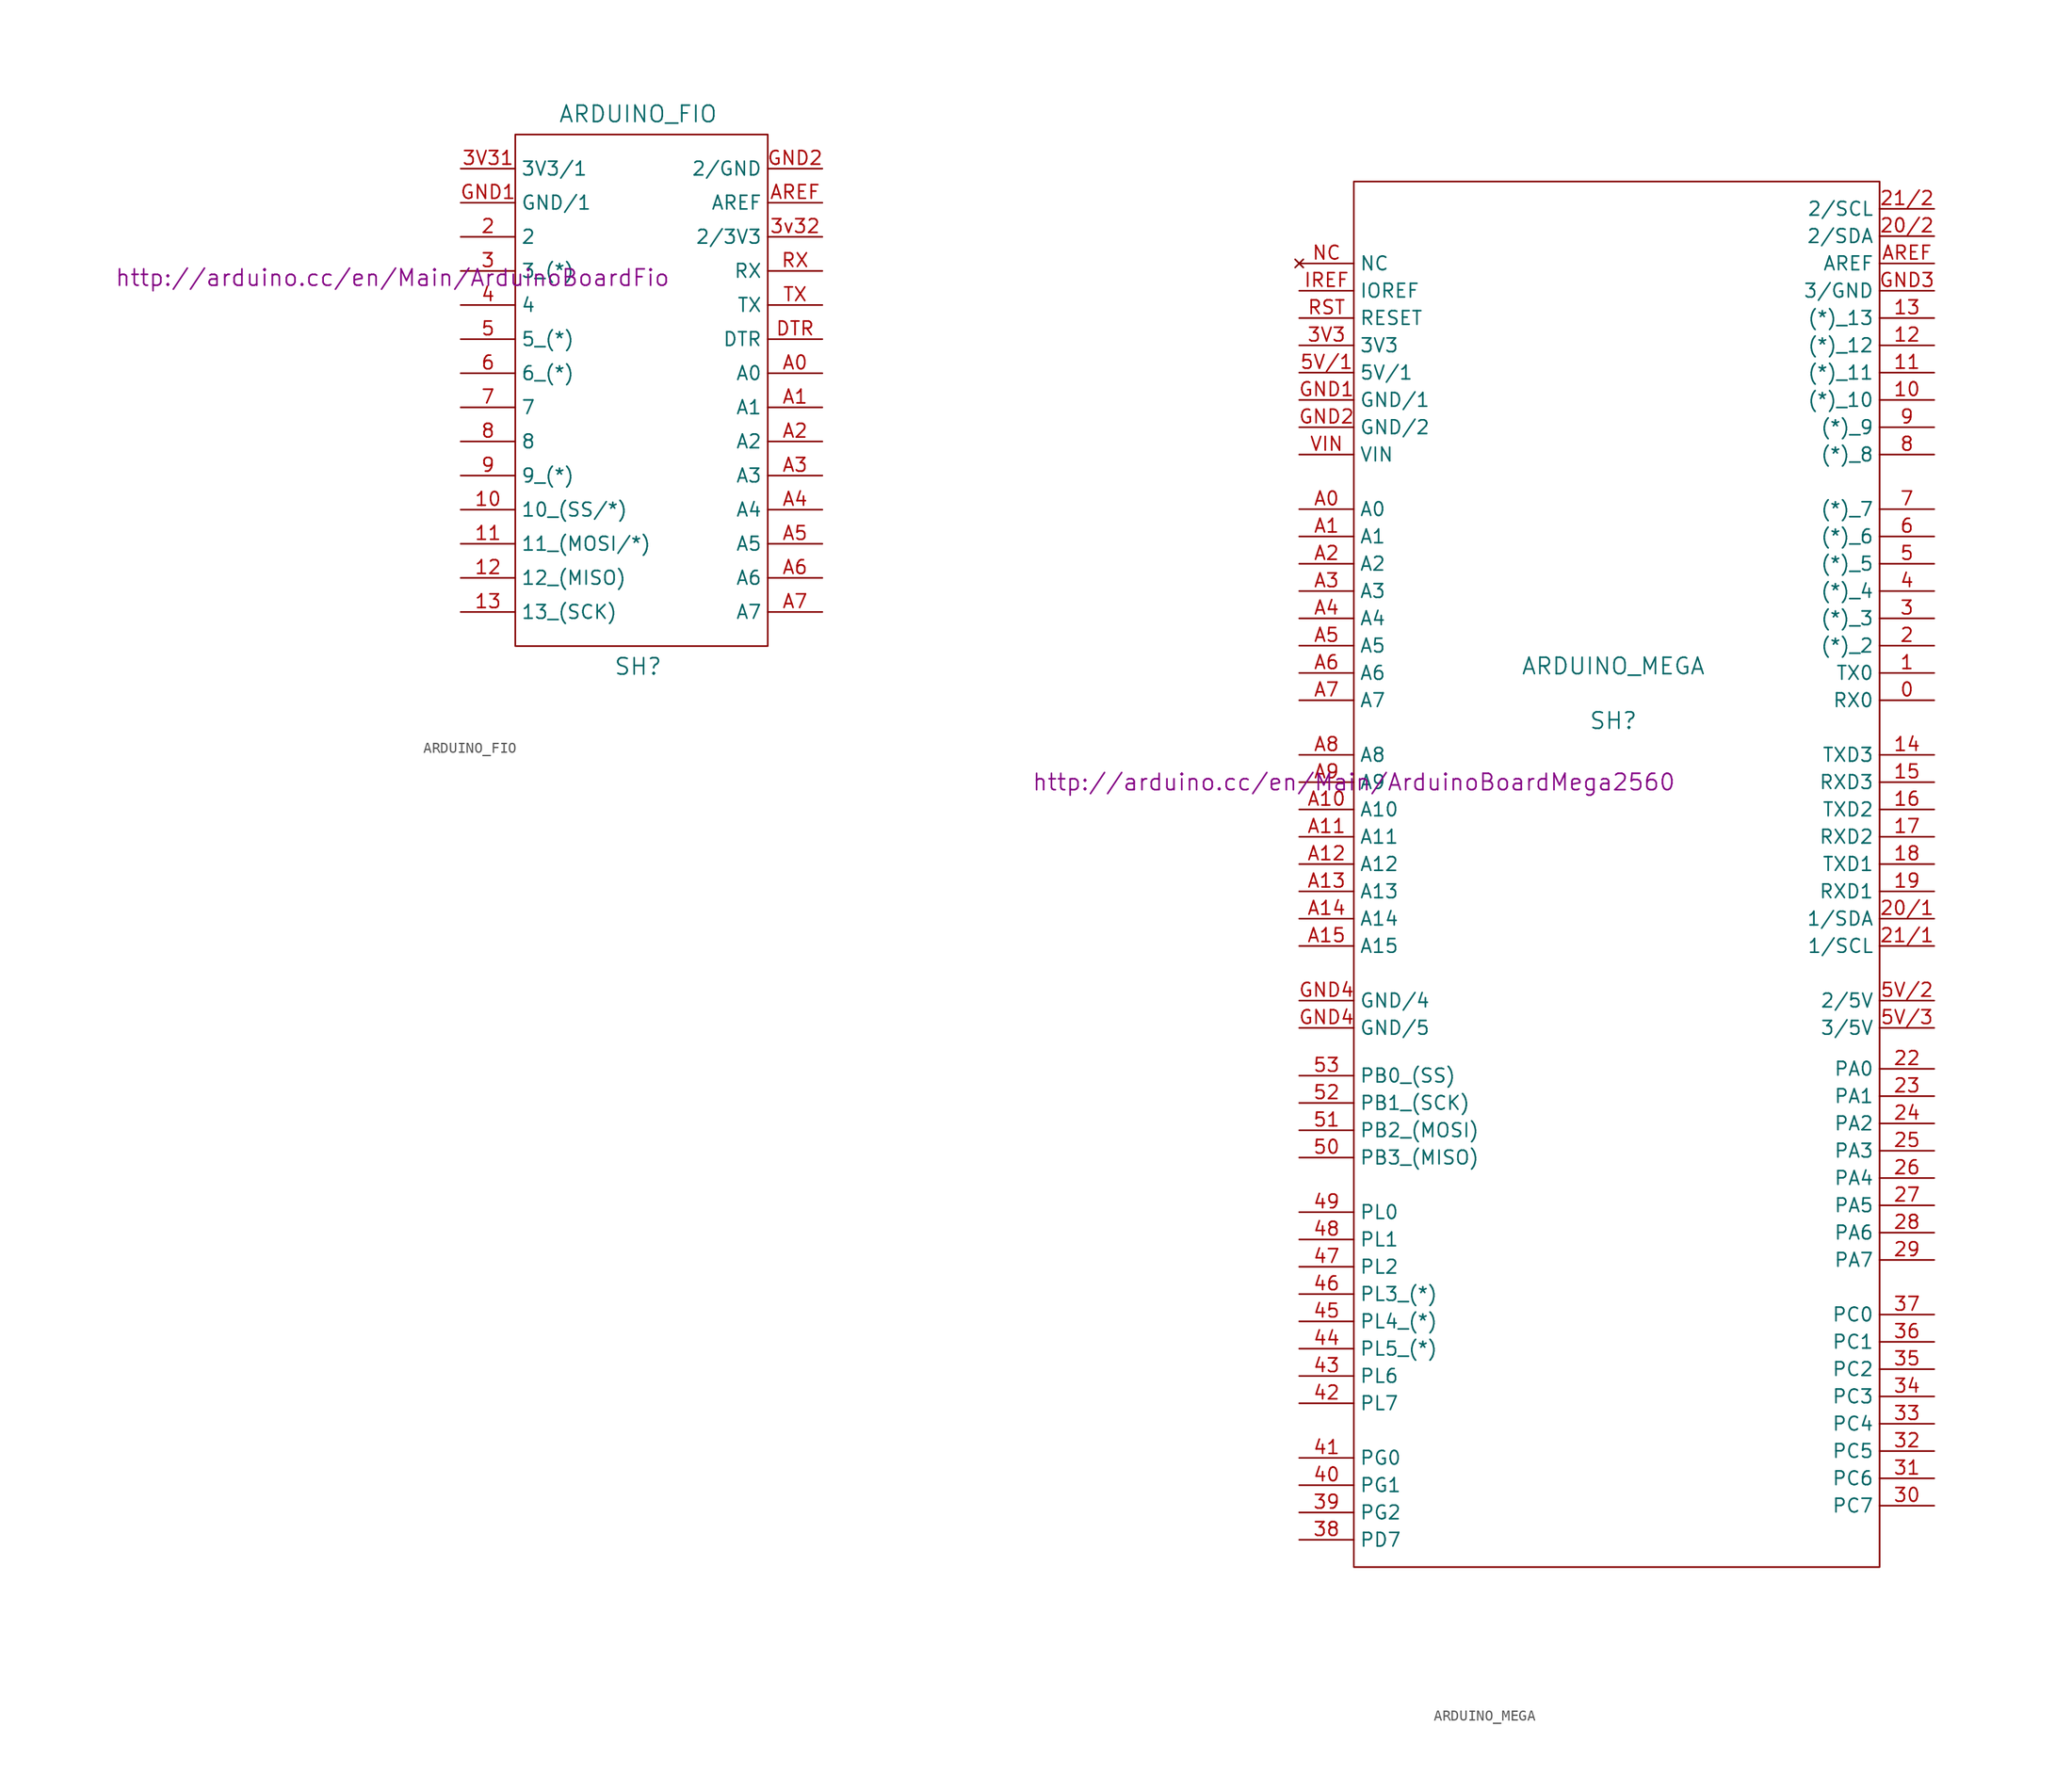
<source format=kicad_sym>
(kicad_symbol_lib
  (version 20201005)
  (generator kicad_symbol_editor)
  (symbol "Zimprich_neu:ARDUINO_FIO"
    (property "Reference" "SH"
      (at 0 -27.305 0)
      (effects (font (size 1.524 1.524))))
    (property "Value" "ARDUINO_FIO"
      (at 0 24.13 0)
      (effects (font (size 1.524 1.524))))
    (property "Footprint" ""
      (at -22.86 8.89 0)
      (effects (font (size 1.524 1.524))))
    (property "Datasheet" "http://arduino.cc/en/Main/ArduinoBoardFio"
      (at -22.86 8.89 0)
      (effects (font (size 1.524 1.524))))
    (symbol "ARDUINO_FIO_0_1"
      (rectangle (start 12.065 -25.4) (end -11.43 22.225) (stroke (width 0)) (fill (type none))))
    (symbol "ARDUINO_FIO_1_1"
      (pin input line (at -16.51 -12.7 0) (length 5.08) (name "10_(SS/*)" (effects (font (size 1.27 1.27)))) (number "10" (effects (font (size 1.27 1.27)))))
      (pin input line (at -16.51 -15.875 0) (length 5.08) (name "11_(MOSI/*)" (effects (font (size 1.27 1.27)))) (number "11" (effects (font (size 1.27 1.27)))))
      (pin input line (at -16.51 -19.05 0) (length 5.08) (name "12_(MISO)" (effects (font (size 1.27 1.27)))) (number "12" (effects (font (size 1.27 1.27)))))
      (pin input line (at -16.51 -22.225 0) (length 5.08) (name "13_(SCK)" (effects (font (size 1.27 1.27)))) (number "13" (effects (font (size 1.27 1.27)))))
      (pin input line (at -16.51 12.7 0) (length 5.08) (name "2" (effects (font (size 1.27 1.27)))) (number "2" (effects (font (size 1.27 1.27)))))
      (pin input line (at -16.51 9.525 0) (length 5.08) (name "3_(*)" (effects (font (size 1.27 1.27)))) (number "3" (effects (font (size 1.27 1.27)))))
      (pin input line (at -16.51 19.05 0) (length 5.08) (name "3V3/1" (effects (font (size 1.27 1.27)))) (number "3V31" (effects (font (size 1.27 1.27)))))
      (pin input line (at 17.145 12.7 180) (length 5.08) (name "2/3V3" (effects (font (size 1.27 1.27)))) (number "3v32" (effects (font (size 1.27 1.27)))))
      (pin input line (at -16.51 6.35 0) (length 5.08) (name "4" (effects (font (size 1.27 1.27)))) (number "4" (effects (font (size 1.27 1.27)))))
      (pin input line (at -16.51 3.175 0) (length 5.08) (name "5_(*)" (effects (font (size 1.27 1.27)))) (number "5" (effects (font (size 1.27 1.27)))))
      (pin input line (at -16.51 0 0) (length 5.08) (name "6_(*)" (effects (font (size 1.27 1.27)))) (number "6" (effects (font (size 1.27 1.27)))))
      (pin input line (at -16.51 -3.175 0) (length 5.08) (name "7" (effects (font (size 1.27 1.27)))) (number "7" (effects (font (size 1.27 1.27)))))
      (pin input line (at -16.51 -6.35 0) (length 5.08) (name "8" (effects (font (size 1.27 1.27)))) (number "8" (effects (font (size 1.27 1.27)))))
      (pin input line (at -16.51 -9.525 0) (length 5.08) (name "9_(*)" (effects (font (size 1.27 1.27)))) (number "9" (effects (font (size 1.27 1.27)))))
      (pin input line (at 17.145 0 180) (length 5.08) (name "A0" (effects (font (size 1.27 1.27)))) (number "A0" (effects (font (size 1.27 1.27)))))
      (pin input line (at 17.145 -3.175 180) (length 5.08) (name "A1" (effects (font (size 1.27 1.27)))) (number "A1" (effects (font (size 1.27 1.27)))))
      (pin input line (at 17.145 -6.35 180) (length 5.08) (name "A2" (effects (font (size 1.27 1.27)))) (number "A2" (effects (font (size 1.27 1.27)))))
      (pin input line (at 17.145 -9.525 180) (length 5.08) (name "A3" (effects (font (size 1.27 1.27)))) (number "A3" (effects (font (size 1.27 1.27)))))
      (pin input line (at 17.145 -12.7 180) (length 5.08) (name "A4" (effects (font (size 1.27 1.27)))) (number "A4" (effects (font (size 1.27 1.27)))))
      (pin input line (at 17.145 -15.875 180) (length 5.08) (name "A5" (effects (font (size 1.27 1.27)))) (number "A5" (effects (font (size 1.27 1.27)))))
      (pin input line (at 17.145 -19.05 180) (length 5.08) (name "A6" (effects (font (size 1.27 1.27)))) (number "A6" (effects (font (size 1.27 1.27)))))
      (pin input line (at 17.145 -22.225 180) (length 5.08) (name "A7" (effects (font (size 1.27 1.27)))) (number "A7" (effects (font (size 1.27 1.27)))))
      (pin input line (at 17.145 15.875 180) (length 5.08) (name "AREF" (effects (font (size 1.27 1.27)))) (number "AREF" (effects (font (size 1.27 1.27)))))
      (pin input line (at 17.145 3.175 180) (length 5.08) (name "DTR" (effects (font (size 1.27 1.27)))) (number "DTR" (effects (font (size 1.27 1.27)))))
      (pin input line (at -16.51 15.875 0) (length 5.08) (name "GND/1" (effects (font (size 1.27 1.27)))) (number "GND1" (effects (font (size 1.27 1.27)))))
      (pin input line (at 17.145 19.05 180) (length 5.08) (name "2/GND" (effects (font (size 1.27 1.27)))) (number "GND2" (effects (font (size 1.27 1.27)))))
      (pin input line (at 17.145 9.525 180) (length 5.08) (name "RX" (effects (font (size 1.27 1.27)))) (number "RX" (effects (font (size 1.27 1.27)))))
      (pin input line (at 17.145 6.35 180) (length 5.08) (name "TX" (effects (font (size 1.27 1.27)))) (number "TX" (effects (font (size 1.27 1.27)))))))
  (symbol "Zimprich_neu:ARDUINO_MEGA"
    (property "Reference" "SH"
      (at 0 13.335 0)
      (effects (font (size 1.524 1.524))))
    (property "Value" "ARDUINO_MEGA"
      (at 0 18.415 0)
      (effects (font (size 1.524 1.524))))
    (property "Footprint" ""
      (at -24.13 7.62 0)
      (effects (font (size 1.524 1.524))))
    (property "Datasheet" "http://arduino.cc/en/Main/ArduinoBoardMega2560"
      (at -24.13 7.62 0)
      (effects (font (size 1.524 1.524))))
    (symbol "ARDUINO_MEGA_0_1"
      (rectangle (start -24.13 -65.405) (end 24.765 63.5) (stroke (width 0)) (fill (type none))))
    (symbol "ARDUINO_MEGA_1_1"
      (pin input line (at 29.845 15.24 180) (length 5.08) (name "RX0" (effects (font (size 1.27 1.27)))) (number "0" (effects (font (size 1.27 1.27)))))
      (pin input line (at 29.845 17.78 180) (length 5.08) (name "TX0" (effects (font (size 1.27 1.27)))) (number "1" (effects (font (size 1.27 1.27)))))
      (pin input line (at 29.845 43.18 180) (length 5.08) (name "(*)_10" (effects (font (size 1.27 1.27)))) (number "10" (effects (font (size 1.27 1.27)))))
      (pin input line (at 29.845 45.72 180) (length 5.08) (name "(*)_11" (effects (font (size 1.27 1.27)))) (number "11" (effects (font (size 1.27 1.27)))))
      (pin input line (at 29.845 48.26 180) (length 5.08) (name "(*)_12" (effects (font (size 1.27 1.27)))) (number "12" (effects (font (size 1.27 1.27)))))
      (pin input line (at 29.845 50.8 180) (length 5.08) (name "(*)_13" (effects (font (size 1.27 1.27)))) (number "13" (effects (font (size 1.27 1.27)))))
      (pin input line (at 29.845 10.16 180) (length 5.08) (name "TXD3" (effects (font (size 1.27 1.27)))) (number "14" (effects (font (size 1.27 1.27)))))
      (pin input line (at 29.845 7.62 180) (length 5.08) (name "RXD3" (effects (font (size 1.27 1.27)))) (number "15" (effects (font (size 1.27 1.27)))))
      (pin input line (at 29.845 5.08 180) (length 5.08) (name "TXD2" (effects (font (size 1.27 1.27)))) (number "16" (effects (font (size 1.27 1.27)))))
      (pin input line (at 29.845 2.54 180) (length 5.08) (name "RXD2" (effects (font (size 1.27 1.27)))) (number "17" (effects (font (size 1.27 1.27)))))
      (pin input line (at 29.845 0 180) (length 5.08) (name "TXD1" (effects (font (size 1.27 1.27)))) (number "18" (effects (font (size 1.27 1.27)))))
      (pin input line (at 29.845 -2.54 180) (length 5.08) (name "RXD1" (effects (font (size 1.27 1.27)))) (number "19" (effects (font (size 1.27 1.27)))))
      (pin input line (at 29.845 20.32 180) (length 5.08) (name "(*)_2" (effects (font (size 1.27 1.27)))) (number "2" (effects (font (size 1.27 1.27)))))
      (pin input line (at 29.845 -5.08 180) (length 5.08) (name "1/SDA" (effects (font (size 1.27 1.27)))) (number "20/1" (effects (font (size 1.27 1.27)))))
      (pin input line (at 29.845 58.42 180) (length 5.08) (name "2/SDA" (effects (font (size 1.27 1.27)))) (number "20/2" (effects (font (size 1.27 1.27)))))
      (pin input line (at 29.845 -7.62 180) (length 5.08) (name "1/SCL" (effects (font (size 1.27 1.27)))) (number "21/1" (effects (font (size 1.27 1.27)))))
      (pin input line (at 29.845 60.96 180) (length 5.08) (name "2/SCL" (effects (font (size 1.27 1.27)))) (number "21/2" (effects (font (size 1.27 1.27)))))
      (pin input line (at 29.845 -19.05 180) (length 5.08) (name "PA0" (effects (font (size 1.27 1.27)))) (number "22" (effects (font (size 1.27 1.27)))))
      (pin input line (at 29.845 -21.59 180) (length 5.08) (name "PA1" (effects (font (size 1.27 1.27)))) (number "23" (effects (font (size 1.27 1.27)))))
      (pin input line (at 29.845 -24.13 180) (length 5.08) (name "PA2" (effects (font (size 1.27 1.27)))) (number "24" (effects (font (size 1.27 1.27)))))
      (pin input line (at 29.845 -26.67 180) (length 5.08) (name "PA3" (effects (font (size 1.27 1.27)))) (number "25" (effects (font (size 1.27 1.27)))))
      (pin input line (at 29.845 -29.21 180) (length 5.08) (name "PA4" (effects (font (size 1.27 1.27)))) (number "26" (effects (font (size 1.27 1.27)))))
      (pin input line (at 29.845 -31.75 180) (length 5.08) (name "PA5" (effects (font (size 1.27 1.27)))) (number "27" (effects (font (size 1.27 1.27)))))
      (pin input line (at 29.845 -34.29 180) (length 5.08) (name "PA6" (effects (font (size 1.27 1.27)))) (number "28" (effects (font (size 1.27 1.27)))))
      (pin input line (at 29.845 -36.83 180) (length 5.08) (name "PA7" (effects (font (size 1.27 1.27)))) (number "29" (effects (font (size 1.27 1.27)))))
      (pin input line (at 29.845 22.86 180) (length 5.08) (name "(*)_3" (effects (font (size 1.27 1.27)))) (number "3" (effects (font (size 1.27 1.27)))))
      (pin input line (at 29.845 -59.69 180) (length 5.08) (name "PC7" (effects (font (size 1.27 1.27)))) (number "30" (effects (font (size 1.27 1.27)))))
      (pin input line (at 29.845 -57.15 180) (length 5.08) (name "PC6" (effects (font (size 1.27 1.27)))) (number "31" (effects (font (size 1.27 1.27)))))
      (pin input line (at 29.845 -54.61 180) (length 5.08) (name "PC5" (effects (font (size 1.27 1.27)))) (number "32" (effects (font (size 1.27 1.27)))))
      (pin input line (at 29.845 -52.07 180) (length 5.08) (name "PC4" (effects (font (size 1.27 1.27)))) (number "33" (effects (font (size 1.27 1.27)))))
      (pin input line (at 29.845 -49.53 180) (length 5.08) (name "PC3" (effects (font (size 1.27 1.27)))) (number "34" (effects (font (size 1.27 1.27)))))
      (pin input line (at 29.845 -46.99 180) (length 5.08) (name "PC2" (effects (font (size 1.27 1.27)))) (number "35" (effects (font (size 1.27 1.27)))))
      (pin input line (at 29.845 -44.45 180) (length 5.08) (name "PC1" (effects (font (size 1.27 1.27)))) (number "36" (effects (font (size 1.27 1.27)))))
      (pin input line (at 29.845 -41.91 180) (length 5.08) (name "PC0" (effects (font (size 1.27 1.27)))) (number "37" (effects (font (size 1.27 1.27)))))
      (pin input line (at -29.21 -62.865 0) (length 5.08) (name "PD7" (effects (font (size 1.27 1.27)))) (number "38" (effects (font (size 1.27 1.27)))))
      (pin input line (at -29.21 -60.325 0) (length 5.08) (name "PG2" (effects (font (size 1.27 1.27)))) (number "39" (effects (font (size 1.27 1.27)))))
      (pin input line (at -29.21 48.26 0) (length 5.08) (name "3V3" (effects (font (size 1.27 1.27)))) (number "3V3" (effects (font (size 1.27 1.27)))))
      (pin input line (at 29.845 25.4 180) (length 5.08) (name "(*)_4" (effects (font (size 1.27 1.27)))) (number "4" (effects (font (size 1.27 1.27)))))
      (pin input line (at -29.21 -57.785 0) (length 5.08) (name "PG1" (effects (font (size 1.27 1.27)))) (number "40" (effects (font (size 1.27 1.27)))))
      (pin input line (at -29.21 -55.245 0) (length 5.08) (name "PG0" (effects (font (size 1.27 1.27)))) (number "41" (effects (font (size 1.27 1.27)))))
      (pin input line (at -29.21 -50.165 0) (length 5.08) (name "PL7" (effects (font (size 1.27 1.27)))) (number "42" (effects (font (size 1.27 1.27)))))
      (pin input line (at -29.21 -47.625 0) (length 5.08) (name "PL6" (effects (font (size 1.27 1.27)))) (number "43" (effects (font (size 1.27 1.27)))))
      (pin input line (at -29.21 -45.085 0) (length 5.08) (name "PL5_(*)" (effects (font (size 1.27 1.27)))) (number "44" (effects (font (size 1.27 1.27)))))
      (pin input line (at -29.21 -42.545 0) (length 5.08) (name "PL4_(*)" (effects (font (size 1.27 1.27)))) (number "45" (effects (font (size 1.27 1.27)))))
      (pin input line (at -29.21 -40.005 0) (length 5.08) (name "PL3_(*)" (effects (font (size 1.27 1.27)))) (number "46" (effects (font (size 1.27 1.27)))))
      (pin input line (at -29.21 -37.465 0) (length 5.08) (name "PL2" (effects (font (size 1.27 1.27)))) (number "47" (effects (font (size 1.27 1.27)))))
      (pin input line (at -29.21 -34.925 0) (length 5.08) (name "PL1" (effects (font (size 1.27 1.27)))) (number "48" (effects (font (size 1.27 1.27)))))
      (pin input line (at -29.21 -32.385 0) (length 5.08) (name "PL0" (effects (font (size 1.27 1.27)))) (number "49" (effects (font (size 1.27 1.27)))))
      (pin input line (at 29.845 27.94 180) (length 5.08) (name "(*)_5" (effects (font (size 1.27 1.27)))) (number "5" (effects (font (size 1.27 1.27)))))
      (pin input line (at -29.21 -27.305 0) (length 5.08) (name "PB3_(MISO)" (effects (font (size 1.27 1.27)))) (number "50" (effects (font (size 1.27 1.27)))))
      (pin input line (at -29.21 -24.765 0) (length 5.08) (name "PB2_(MOSI)" (effects (font (size 1.27 1.27)))) (number "51" (effects (font (size 1.27 1.27)))))
      (pin input line (at -29.21 -22.225 0) (length 5.08) (name "PB1_(SCK)" (effects (font (size 1.27 1.27)))) (number "52" (effects (font (size 1.27 1.27)))))
      (pin input line (at -29.21 -19.685 0) (length 5.08) (name "PB0_(SS)" (effects (font (size 1.27 1.27)))) (number "53" (effects (font (size 1.27 1.27)))))
      (pin input line (at -29.21 45.72 0) (length 5.08) (name "5V/1" (effects (font (size 1.27 1.27)))) (number "5V/1" (effects (font (size 1.27 1.27)))))
      (pin input line (at 29.845 -12.7 180) (length 5.08) (name "2/5V" (effects (font (size 1.27 1.27)))) (number "5V/2" (effects (font (size 1.27 1.27)))))
      (pin input line (at 29.845 -15.24 180) (length 5.08) (name "3/5V" (effects (font (size 1.27 1.27)))) (number "5V/3" (effects (font (size 1.27 1.27)))))
      (pin input line (at 29.845 30.48 180) (length 5.08) (name "(*)_6" (effects (font (size 1.27 1.27)))) (number "6" (effects (font (size 1.27 1.27)))))
      (pin input line (at 29.845 33.02 180) (length 5.08) (name "(*)_7" (effects (font (size 1.27 1.27)))) (number "7" (effects (font (size 1.27 1.27)))))
      (pin input line (at 29.845 38.1 180) (length 5.08) (name "(*)_8" (effects (font (size 1.27 1.27)))) (number "8" (effects (font (size 1.27 1.27)))))
      (pin input line (at 29.845 40.64 180) (length 5.08) (name "(*)_9" (effects (font (size 1.27 1.27)))) (number "9" (effects (font (size 1.27 1.27)))))
      (pin input line (at -29.21 33.02 0) (length 5.08) (name "A0" (effects (font (size 1.27 1.27)))) (number "A0" (effects (font (size 1.27 1.27)))))
      (pin input line (at -29.21 30.48 0) (length 5.08) (name "A1" (effects (font (size 1.27 1.27)))) (number "A1" (effects (font (size 1.27 1.27)))))
      (pin input line (at -29.21 5.08 0) (length 5.08) (name "A10" (effects (font (size 1.27 1.27)))) (number "A10" (effects (font (size 1.27 1.27)))))
      (pin input line (at -29.21 2.54 0) (length 5.08) (name "A11" (effects (font (size 1.27 1.27)))) (number "A11" (effects (font (size 1.27 1.27)))))
      (pin input line (at -29.21 0 0) (length 5.08) (name "A12" (effects (font (size 1.27 1.27)))) (number "A12" (effects (font (size 1.27 1.27)))))
      (pin input line (at -29.21 -2.54 0) (length 5.08) (name "A13" (effects (font (size 1.27 1.27)))) (number "A13" (effects (font (size 1.27 1.27)))))
      (pin input line (at -29.21 -5.08 0) (length 5.08) (name "A14" (effects (font (size 1.27 1.27)))) (number "A14" (effects (font (size 1.27 1.27)))))
      (pin input line (at -29.21 -7.62 0) (length 5.08) (name "A15" (effects (font (size 1.27 1.27)))) (number "A15" (effects (font (size 1.27 1.27)))))
      (pin input line (at -29.21 27.94 0) (length 5.08) (name "A2" (effects (font (size 1.27 1.27)))) (number "A2" (effects (font (size 1.27 1.27)))))
      (pin input line (at -29.21 25.4 0) (length 5.08) (name "A3" (effects (font (size 1.27 1.27)))) (number "A3" (effects (font (size 1.27 1.27)))))
      (pin input line (at -29.21 22.86 0) (length 5.08) (name "A4" (effects (font (size 1.27 1.27)))) (number "A4" (effects (font (size 1.27 1.27)))))
      (pin input line (at -29.21 20.32 0) (length 5.08) (name "A5" (effects (font (size 1.27 1.27)))) (number "A5" (effects (font (size 1.27 1.27)))))
      (pin input line (at -29.21 17.78 0) (length 5.08) (name "A6" (effects (font (size 1.27 1.27)))) (number "A6" (effects (font (size 1.27 1.27)))))
      (pin input line (at -29.21 15.24 0) (length 5.08) (name "A7" (effects (font (size 1.27 1.27)))) (number "A7" (effects (font (size 1.27 1.27)))))
      (pin input line (at -29.21 10.16 0) (length 5.08) (name "A8" (effects (font (size 1.27 1.27)))) (number "A8" (effects (font (size 1.27 1.27)))))
      (pin input line (at -29.21 7.62 0) (length 5.08) (name "A9" (effects (font (size 1.27 1.27)))) (number "A9" (effects (font (size 1.27 1.27)))))
      (pin input line (at 29.845 55.88 180) (length 5.08) (name "AREF" (effects (font (size 1.27 1.27)))) (number "AREF" (effects (font (size 1.27 1.27)))))
      (pin input line (at -29.21 43.18 0) (length 5.08) (name "GND/1" (effects (font (size 1.27 1.27)))) (number "GND1" (effects (font (size 1.27 1.27)))))
      (pin input line (at -29.21 40.64 0) (length 5.08) (name "GND/2" (effects (font (size 1.27 1.27)))) (number "GND2" (effects (font (size 1.27 1.27)))))
      (pin input line (at 29.845 53.34 180) (length 5.08) (name "3/GND" (effects (font (size 1.27 1.27)))) (number "GND3" (effects (font (size 1.27 1.27)))))
      (pin input line (at -29.21 -12.7 0) (length 5.08) (name "GND/4" (effects (font (size 1.27 1.27)))) (number "GND4" (effects (font (size 1.27 1.27)))))
      (pin input line (at -29.21 -15.24 0) (length 5.08) (name "GND/5" (effects (font (size 1.27 1.27)))) (number "GND4" (effects (font (size 1.27 1.27)))))
      (pin input line (at -29.21 53.34 0) (length 5.08) (name "IOREF" (effects (font (size 1.27 1.27)))) (number "IREF" (effects (font (size 1.27 1.27)))))
      (pin unconnected line (at -29.21 55.88 0) (length 5.08) (name "NC" (effects (font (size 1.27 1.27)))) (number "NC" (effects (font (size 1.27 1.27)))))
      (pin input line (at -29.21 50.8 0) (length 5.08) (name "RESET" (effects (font (size 1.27 1.27)))) (number "RST" (effects (font (size 1.27 1.27)))))
      (pin input line (at -29.21 38.1 0) (length 5.08) (name "VIN" (effects (font (size 1.27 1.27)))) (number "VIN" (effects (font (size 1.27 1.27))))))))
</source>
